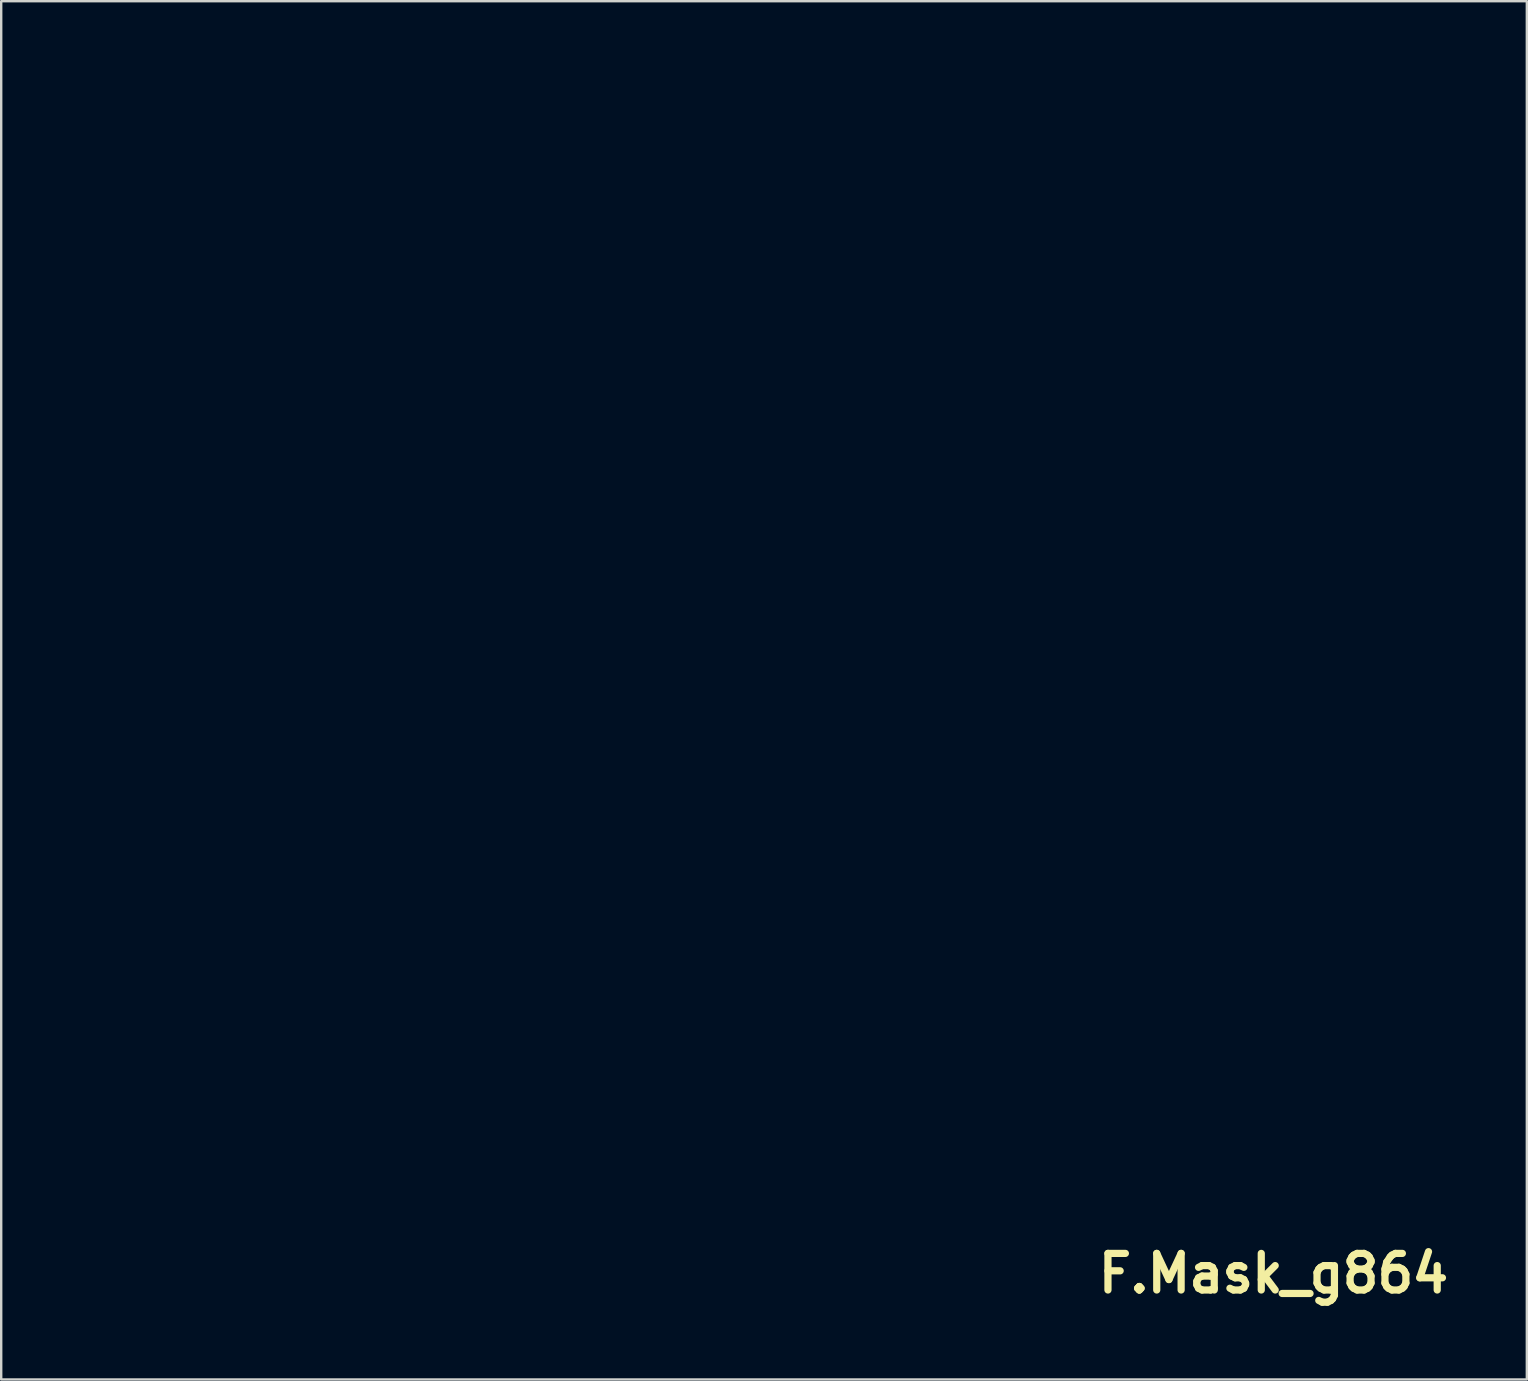
<source format=kicad_pcb>
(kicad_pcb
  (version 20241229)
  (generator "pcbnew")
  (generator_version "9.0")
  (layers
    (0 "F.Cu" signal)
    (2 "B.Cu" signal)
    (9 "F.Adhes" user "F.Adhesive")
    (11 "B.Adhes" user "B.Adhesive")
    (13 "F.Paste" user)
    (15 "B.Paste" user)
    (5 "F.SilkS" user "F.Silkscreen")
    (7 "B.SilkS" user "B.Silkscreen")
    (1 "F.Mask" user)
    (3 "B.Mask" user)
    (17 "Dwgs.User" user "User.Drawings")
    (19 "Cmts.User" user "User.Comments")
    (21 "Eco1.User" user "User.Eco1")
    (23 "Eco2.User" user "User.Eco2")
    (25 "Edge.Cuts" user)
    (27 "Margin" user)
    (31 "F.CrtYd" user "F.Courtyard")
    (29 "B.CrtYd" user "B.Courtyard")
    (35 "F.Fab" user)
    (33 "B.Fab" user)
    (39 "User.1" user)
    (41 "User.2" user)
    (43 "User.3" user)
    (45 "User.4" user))
  (footprint "F.Mask_g864"
    (layer "F.Cu")
    (at 49.999 49.998)
    (property "Reference" "F.Mask_g864" (at 0 0 0) (layer "F.SilkS") (effects (font (size 1.524 1.524) (thickness 0.3))))
    (attr through_hole)
    (fp_poly (pts (xy -44.675 -49.99) (xy -44.497 -49.983) (xy -44.346 -49.971) (xy -44.302 -49.965) (xy -43.846 -49.885) (xy -43.406 -49.767) (xy -42.981 -49.612) (xy -42.576 -49.422) (xy -42.191 -49.199) (xy -41.828 -48.944) (xy -41.489 -48.66) (xy -41.177 -48.347) (xy -40.893 -48.008) (xy -40.639 -47.644) (xy -40.417 -47.257) (xy -40.229 -46.849) (xy -40.077 -46.42) (xy -40.027 -46.245) (xy -39.973 -46.028) (xy -39.932 -45.827) (xy -39.901 -45.631) (xy -39.881 -45.427) (xy -39.868 -45.202) (xy -39.863 -45.043) (xy -39.862 -44.704) (xy -39.879 -44.393) (xy -39.914 -44.098) (xy -39.969 -43.807) (xy -40.047 -43.509) (xy -40.124 -43.265) (xy -40.288 -42.841) (xy -40.489 -42.436) (xy -40.728 -42.051) (xy -41.004 -41.684) (xy -41.319 -41.336) (xy -41.349 -41.306) (xy -41.621 -41.05) (xy -41.892 -40.827) (xy -42.173 -40.63) (xy -42.472 -40.452) (xy -42.704 -40.333) (xy -43.13 -40.148) (xy -43.564 -40.003) (xy -44.01 -39.899) (xy -44.196 -39.867) (xy -44.319 -39.853) (xy -44.472 -39.841) (xy -44.646 -39.832) (xy -44.828 -39.826) (xy -45.009 -39.824) (xy -45.178 -39.825) (xy -45.323 -39.83) (xy -45.413 -39.837) (xy -45.873 -39.905) (xy -46.319 -40.013) (xy -46.75 -40.158) (xy -47.164 -40.339) (xy -47.559 -40.556) (xy -47.932 -40.805) (xy -48.281 -41.087) (xy -48.605 -41.399) (xy -48.901 -41.741) (xy -49.167 -42.11) (xy -49.402 -42.505) (xy -49.445 -42.588) (xy -49.628 -42.987) (xy -49.775 -43.397) (xy -49.888 -43.825) (xy -49.934 -44.058) (xy -49.954 -44.198) (xy -49.97 -44.37) (xy -49.983 -44.562) (xy -49.991 -44.766) (xy -49.993 -44.906) (xy -49.357 -44.906) (xy -49.353 -44.7) (xy -49.343 -44.503) (xy -49.328 -44.326) (xy -49.308 -44.185) (xy -49.208 -43.745) (xy -49.072 -43.327) (xy -48.901 -42.932) (xy -48.694 -42.559) (xy -48.452 -42.209) (xy -48.173 -41.881) (xy -48.003 -41.709) (xy -47.676 -41.422) (xy -47.328 -41.171) (xy -46.961 -40.956) (xy -46.578 -40.778) (xy -46.181 -40.639) (xy -45.772 -40.539) (xy -45.354 -40.479) (xy -44.929 -40.46) (xy -44.799 -40.463) (xy -44.667 -40.469) (xy -44.527 -40.479) (xy -44.396 -40.491) (xy -44.291 -40.504) (xy -43.871 -40.586) (xy -43.462 -40.709) (xy -43.068 -40.87) (xy -42.69 -41.069) (xy -42.333 -41.302) (xy -41.999 -41.569) (xy -41.717 -41.841) (xy -41.454 -42.144) (xy -41.223 -42.465) (xy -41.018 -42.812) (xy -40.918 -43.011) (xy -40.754 -43.405) (xy -40.629 -43.811) (xy -40.544 -44.225) (xy -40.499 -44.644) (xy -40.494 -45.065) (xy -40.529 -45.485) (xy -40.603 -45.901) (xy -40.717 -46.31) (xy -40.871 -46.71) (xy -40.947 -46.874) (xy -41.156 -47.252) (xy -41.398 -47.605) (xy -41.67 -47.931) (xy -41.97 -48.228) (xy -42.297 -48.494) (xy -42.648 -48.729) (xy -43.021 -48.929) (xy -43.414 -49.095) (xy -43.825 -49.224) (xy -44.235 -49.312) (xy -44.375 -49.33) (xy -44.547 -49.342) (xy -44.739 -49.349) (xy -44.941 -49.352) (xy -45.142 -49.349) (xy -45.332 -49.341) (xy -45.5 -49.327) (xy -45.617 -49.312) (xy -46.043 -49.22) (xy -46.451 -49.09) (xy -46.841 -48.925) (xy -47.209 -48.727) (xy -47.555 -48.496) (xy -47.876 -48.236) (xy -48.171 -47.947) (xy -48.438 -47.633) (xy -48.675 -47.294) (xy -48.88 -46.932) (xy -49.052 -46.55) (xy -49.188 -46.149) (xy -49.288 -45.732) (xy -49.331 -45.46) (xy -49.346 -45.297) (xy -49.355 -45.109) (xy -49.357 -44.906) (xy -49.993 -44.906) (xy -49.994 -44.97) (xy -49.993 -45.163) (xy -49.987 -45.336) (xy -49.976 -45.469) (xy -49.903 -45.927) (xy -49.792 -46.372) (xy -49.643 -46.801) (xy -49.457 -47.212) (xy -49.238 -47.604) (xy -48.985 -47.974) (xy -48.7 -48.32) (xy -48.385 -48.64) (xy -48.042 -48.932) (xy -47.671 -49.194) (xy -47.275 -49.424) (xy -47.17 -49.477) (xy -46.834 -49.629) (xy -46.503 -49.753) (xy -46.161 -49.853) (xy -45.795 -49.933) (xy -45.741 -49.943) (xy -45.612 -49.961) (xy -45.451 -49.975) (xy -45.267 -49.985) (xy -45.069 -49.991) (xy -44.869 -49.993) (xy -44.675 -49.99)) (stroke (width 0.01) (type solid)) (fill yes) (layer "F.Mask"))
    (fp_poly (pts (xy -44.903 -48.948) (xy -44.901 -48.924) (xy -44.899 -48.861) (xy -44.896 -48.761) (xy -44.892 -48.626) (xy -44.887 -48.459) (xy -44.882 -48.262) (xy -44.876 -48.039) (xy -44.869 -47.791) (xy -44.862 -47.521) (xy -44.855 -47.233) (xy -44.847 -46.927) (xy -44.839 -46.607) (xy -44.832 -46.291) (xy -44.823 -45.96) (xy -44.815 -45.639) (xy -44.808 -45.332) (xy -44.8 -45.041) (xy -44.794 -44.768) (xy -44.787 -44.518) (xy -44.781 -44.291) (xy -44.776 -44.091) (xy -44.772 -43.92) (xy -44.768 -43.782) (xy -44.765 -43.678) (xy -44.763 -43.611) (xy -44.762 -43.585) (xy -44.759 -43.563) (xy -44.752 -43.554) (xy -44.738 -43.561) (xy -44.714 -43.587) (xy -44.676 -43.636) (xy -44.624 -43.711) (xy -44.552 -43.815) (xy -44.495 -43.898) (xy -44.419 -44.01) (xy -44.351 -44.108) (xy -44.294 -44.187) (xy -44.252 -44.244) (xy -44.228 -44.272) (xy -44.225 -44.274) (xy -44.229 -44.252) (xy -44.246 -44.197) (xy -44.273 -44.112) (xy -44.31 -44.005) (xy -44.354 -43.88) (xy -44.385 -43.792) (xy -44.432 -43.66) (xy -44.474 -43.54) (xy -44.508 -43.441) (xy -44.532 -43.366) (xy -44.545 -43.322) (xy -44.547 -43.312) (xy -44.524 -43.307) (xy -44.466 -43.296) (xy -44.377 -43.282) (xy -44.263 -43.264) (xy -44.13 -43.244) (xy -44.007 -43.226) (xy -43.863 -43.205) (xy -43.734 -43.185) (xy -43.625 -43.167) (xy -43.542 -43.152) (xy -43.491 -43.142) (xy -43.476 -43.137) (xy -43.496 -43.131) (xy -43.552 -43.12) (xy -43.639 -43.105) (xy -43.749 -43.087) (xy -43.878 -43.067) (xy -43.958 -43.056) (xy -44.099 -43.035) (xy -44.229 -43.016) (xy -44.341 -42.999) (xy -44.428 -42.986) (xy -44.483 -42.977) (xy -44.497 -42.974) (xy -44.554 -42.963) (xy -44.354 -42.564) (xy -44.294 -42.444) (xy -44.242 -42.337) (xy -44.199 -42.247) (xy -44.169 -42.182) (xy -44.155 -42.147) (xy -44.154 -42.144) (xy -44.167 -42.15) (xy -44.204 -42.182) (xy -44.258 -42.235) (xy -44.325 -42.303) (xy -44.328 -42.307) (xy -44.412 -42.396) (xy -44.5 -42.488) (xy -44.58 -42.572) (xy -44.625 -42.619) (xy -44.746 -42.746) (xy -44.735 -42.376) (xy -44.73 -42.216) (xy -44.725 -42.034) (xy -44.719 -41.85) (xy -44.713 -41.683) (xy -44.712 -41.64) (xy -44.699 -41.274) (xy -44.622 -41.32) (xy -44.297 -41.535) (xy -44.009 -41.765) (xy -43.76 -42.011) (xy -43.548 -42.273) (xy -43.375 -42.548) (xy -43.241 -42.837) (xy -43.147 -43.139) (xy -43.092 -43.453) (xy -43.079 -43.778) (xy -43.082 -43.868) (xy -43.117 -44.185) (xy -43.189 -44.511) (xy -43.294 -44.834) (xy -43.422 -45.129) (xy -43.462 -45.212) (xy -43.494 -45.28) (xy -43.514 -45.325) (xy -43.519 -45.338) (xy -43.506 -45.358) (xy -43.474 -45.406) (xy -43.425 -45.473) (xy -43.366 -45.553) (xy -43.362 -45.557) (xy -43.213 -45.772) (xy -43.068 -46.011) (xy -42.937 -46.258) (xy -42.863 -46.417) (xy -42.749 -46.716) (xy -42.676 -47.005) (xy -42.642 -47.281) (xy -42.649 -47.546) (xy -42.696 -47.798) (xy -42.783 -48.037) (xy -42.804 -48.08) (xy -42.88 -48.213) (xy -42.98 -48.354) (xy -43.091 -48.49) (xy -43.202 -48.604) (xy -43.22 -48.62) (xy -43.274 -48.67) (xy -43.309 -48.707) (xy -43.319 -48.725) (xy -43.318 -48.725) (xy -43.286 -48.712) (xy -43.23 -48.675) (xy -43.155 -48.619) (xy -43.067 -48.55) (xy -42.974 -48.471) (xy -42.88 -48.389) (xy -42.792 -48.309) (xy -42.764 -48.282) (xy -42.488 -47.989) (xy -42.252 -47.688) (xy -42.057 -47.377) (xy -41.9 -47.056) (xy -41.782 -46.721) (xy -41.706 -46.408) (xy -41.687 -46.267) (xy -41.674 -46.097) (xy -41.669 -45.911) (xy -41.672 -45.724) (xy -41.682 -45.547) (xy -41.699 -45.395) (xy -41.706 -45.35) (xy -41.77 -45.072) (xy -41.856 -44.786) (xy -41.959 -44.508) (xy -42.073 -44.252) (xy -42.113 -44.175) (xy -42.186 -44.037) (xy -42.111 -44.122) (xy -42.069 -44.173) (xy -42.011 -44.25) (xy -41.946 -44.34) (xy -41.887 -44.427) (xy -41.697 -44.737) (xy -41.547 -45.045) (xy -41.438 -45.35) (xy -41.369 -45.651) (xy -41.342 -45.947) (xy -41.355 -46.237) (xy -41.41 -46.52) (xy -41.462 -46.686) (xy -41.492 -46.769) (xy -41.518 -46.84) (xy -41.536 -46.888) (xy -41.538 -46.895) (xy -41.547 -46.927) (xy -41.54 -46.925) (xy -41.518 -46.896) (xy -41.486 -46.842) (xy -41.446 -46.769) (xy -41.401 -46.682) (xy -41.369 -46.618) (xy -41.24 -46.32) (xy -41.138 -46.013) (xy -41.071 -45.731) (xy -41.053 -45.601) (xy -41.04 -45.441) (xy -41.032 -45.262) (xy -41.029 -45.074) (xy -41.032 -44.888) (xy -41.04 -44.712) (xy -41.053 -44.559) (xy -41.07 -44.439) (xy -41.141 -44.16) (xy -41.242 -43.867) (xy -41.368 -43.573) (xy -41.514 -43.29) (xy -41.652 -43.064) (xy -41.763 -42.894) (xy -41.664 -43) (xy -41.558 -43.126) (xy -41.447 -43.284) (xy -41.335 -43.464) (xy -41.23 -43.657) (xy -41.135 -43.852) (xy -41.075 -43.995) (xy -41.035 -44.091) (xy -41.007 -44.147) (xy -40.99 -44.163) (xy -40.985 -44.139) (xy -40.992 -44.075) (xy -41.011 -43.973) (xy -41.042 -43.832) (xy -41.053 -43.782) (xy -41.118 -43.553) (xy -41.207 -43.305) (xy -41.317 -43.048) (xy -41.442 -42.794) (xy -41.577 -42.552) (xy -41.717 -42.334) (xy -41.767 -42.264) (xy -41.988 -42) (xy -42.242 -41.76) (xy -42.527 -41.546) (xy -42.839 -41.358) (xy -43.176 -41.198) (xy -43.536 -41.068) (xy -43.914 -40.969) (xy -44.31 -40.902) (xy -44.376 -40.894) (xy -44.483 -40.886) (xy -44.622 -40.88) (xy -44.781 -40.877) (xy -44.949 -40.876) (xy -45.115 -40.879) (xy -45.269 -40.883) (xy -45.398 -40.89) (xy -45.466 -40.896) (xy -45.793 -40.947) (xy -46.124 -41.023) (xy -46.446 -41.122) (xy -46.747 -41.238) (xy -46.894 -41.307) (xy -47.204 -41.484) (xy -47.494 -41.697) (xy -47.763 -41.943) (xy -48.007 -42.218) (xy -48.226 -42.521) (xy -48.417 -42.848) (xy -48.578 -43.196) (xy -48.707 -43.562) (xy -48.8 -43.937) (xy -48.819 -44.044) (xy -48.827 -44.115) (xy -48.824 -44.148) (xy -48.81 -44.143) (xy -48.786 -44.099) (xy -48.769 -44.058) (xy -48.688 -43.87) (xy -48.593 -43.676) (xy -48.49 -43.485) (xy -48.382 -43.305) (xy -48.275 -43.146) (xy -48.175 -43.015) (xy -48.144 -42.979) (xy -48.104 -42.936) (xy -48.082 -42.914) (xy -48.078 -42.916) (xy -48.094 -42.945) (xy -48.131 -43.003) (xy -48.186 -43.088) (xy -48.37 -43.406) (xy -48.528 -43.744) (xy -48.635 -44.037) (xy -47.646 -44.037) (xy -47.636 -44.027) (xy -47.625 -44.037) (xy -47.636 -44.048) (xy -47.646 -44.037) (xy -48.635 -44.037) (xy -48.654 -44.091) (xy -48.739 -44.408) (xy -48.753 -44.476) (xy -48.763 -44.548) (xy -48.77 -44.631) (xy -48.774 -44.732) (xy -48.777 -44.857) (xy -48.778 -45.015) (xy -48.778 -45.085) (xy -48.777 -45.252) (xy -48.775 -45.384) (xy -48.772 -45.49) (xy -48.766 -45.577) (xy -48.757 -45.652) (xy -48.745 -45.725) (xy -48.73 -45.799) (xy -48.64 -46.139) (xy -48.522 -46.459) (xy -48.438 -46.644) (xy -48.383 -46.753) (xy -48.339 -46.833) (xy -48.308 -46.883) (xy -48.291 -46.9) (xy -48.29 -46.884) (xy -48.305 -46.833) (xy -48.336 -46.751) (xy -48.402 -46.563) (xy -48.445 -46.381) (xy -48.466 -46.189) (xy -48.471 -46.02) (xy -48.461 -45.777) (xy -48.429 -45.551) (xy -48.372 -45.323) (xy -48.353 -45.259) (xy -48.289 -45.087) (xy -48.203 -44.899) (xy -48.102 -44.704) (xy -47.991 -44.514) (xy -47.877 -44.34) (xy -47.765 -44.192) (xy -47.732 -44.154) (xy -47.647 -44.058) (xy -47.772 -44.323) (xy -47.927 -44.689) (xy -48.041 -45.054) (xy -48.116 -45.416) (xy -48.151 -45.773) (xy -48.146 -46.124) (xy -48.101 -46.466) (xy -48.057 -46.653) (xy -47.949 -46.981) (xy -47.8 -47.303) (xy -47.615 -47.616) (xy -47.395 -47.914) (xy -47.144 -48.193) (xy -47.129 -48.208) (xy -47.052 -48.283) (xy -46.962 -48.365) (xy -46.867 -48.448) (xy -46.772 -48.529) (xy -46.683 -48.602) (xy -46.605 -48.662) (xy -46.545 -48.705) (xy -46.509 -48.725) (xy -46.505 -48.726) (xy -46.513 -48.712) (xy -46.547 -48.673) (xy -46.6 -48.616) (xy -46.669 -48.544) (xy -46.694 -48.519) (xy -46.785 -48.424) (xy -46.853 -48.347) (xy -46.906 -48.275) (xy -46.953 -48.198) (xy -46.997 -48.111) (xy -47.094 -47.88) (xy -47.154 -47.656) (xy -47.177 -47.431) (xy -47.166 -47.194) (xy -47.162 -47.156) (xy -47.099 -46.841) (xy -46.995 -46.522) (xy -46.85 -46.197) (xy -46.662 -45.866) (xy -46.433 -45.53) (xy -46.428 -45.523) (xy -46.29 -45.337) (xy -46.363 -45.206) (xy -46.459 -45.007) (xy -46.547 -44.78) (xy -46.622 -44.535) (xy -46.682 -44.287) (xy -46.722 -44.048) (xy -46.733 -43.949) (xy -46.741 -43.628) (xy -46.711 -43.321) (xy -46.641 -43.024) (xy -46.53 -42.732) (xy -46.409 -42.494) (xy -46.246 -42.245) (xy -46.048 -42.003) (xy -45.822 -41.773) (xy -45.574 -41.565) (xy -45.311 -41.383) (xy -45.29 -41.371) (xy -45.217 -41.327) (xy -45.159 -41.295) (xy -45.124 -41.279) (xy -45.117 -41.278) (xy -45.115 -41.3) (xy -45.112 -41.36) (xy -45.109 -41.452) (xy -45.105 -41.572) (xy -45.101 -41.714) (xy -45.097 -41.875) (xy -45.094 -42.013) (xy -45.079 -42.741) (xy -45.371 -42.431) (xy -45.459 -42.337) (xy -45.538 -42.256) (xy -45.603 -42.191) (xy -45.648 -42.147) (xy -45.67 -42.129) (xy -45.671 -42.129) (xy -45.665 -42.15) (xy -45.642 -42.203) (xy -45.605 -42.282) (xy -45.557 -42.382) (xy -45.5 -42.498) (xy -45.477 -42.545) (xy -45.417 -42.665) (xy -45.366 -42.772) (xy -45.324 -42.86) (xy -45.296 -42.924) (xy -45.283 -42.958) (xy -45.283 -42.962) (xy -45.306 -42.968) (xy -45.365 -42.978) (xy -45.454 -42.993) (xy -45.568 -43.011) (xy -45.701 -43.032) (xy -45.814 -43.048) (xy -45.956 -43.07) (xy -46.084 -43.09) (xy -46.191 -43.108) (xy -46.272 -43.122) (xy -46.321 -43.132) (xy -46.334 -43.137) (xy -46.314 -43.143) (xy -46.258 -43.155) (xy -46.171 -43.17) (xy -46.06 -43.188) (xy -45.93 -43.208) (xy -45.842 -43.221) (xy -45.7 -43.242) (xy -45.571 -43.261) (xy -45.46 -43.278) (xy -45.374 -43.292) (xy -45.32 -43.302) (xy -45.306 -43.305) (xy -45.293 -43.311) (xy -45.285 -43.322) (xy -45.284 -43.343) (xy -45.291 -43.38) (xy -45.308 -43.437) (xy -45.335 -43.52) (xy -45.375 -43.632) (xy -45.427 -43.779) (xy -45.428 -43.781) (xy -45.475 -43.914) (xy -45.516 -44.033) (xy -45.55 -44.133) (xy -45.574 -44.209) (xy -45.587 -44.254) (xy -45.588 -44.264) (xy -45.575 -44.253) (xy -45.542 -44.211) (xy -45.492 -44.144) (xy -45.43 -44.056) (xy -45.358 -43.952) (xy -45.328 -43.909) (xy -45.244 -43.785) (xy -45.181 -43.694) (xy -45.135 -43.63) (xy -45.104 -43.591) (xy -45.083 -43.573) (xy -45.071 -43.572) (xy -45.063 -43.584) (xy -45.06 -43.595) (xy -45.058 -43.624) (xy -45.054 -43.693) (xy -45.051 -43.798) (xy -45.046 -43.937) (xy -45.041 -44.108) (xy -45.035 -44.307) (xy -45.028 -44.532) (xy -45.022 -44.779) (xy -45.015 -45.047) (xy -45.008 -45.333) (xy -45 -45.633) (xy -44.993 -45.945) (xy -44.991 -46.038) (xy -44.981 -46.473) (xy -44.972 -46.868) (xy -44.963 -47.224) (xy -44.955 -47.542) (xy -44.948 -47.823) (xy -44.941 -48.069) (xy -44.935 -48.281) (xy -44.93 -48.462) (xy -44.925 -48.611) (xy -44.92 -48.731) (xy -44.916 -48.824) (xy -44.912 -48.89) (xy -44.908 -48.931) (xy -44.905 -48.949) (xy -44.903 -48.948)) (stroke (width 0.01) (type solid)) (fill yes) (layer "F.Mask")))
  (gr_rect
    (start -3 -3)
    (end 60.554 54.416)
    (stroke (width 0.1) (type default))
    (fill no)
    (layer "Edge.Cuts")))
</source>
